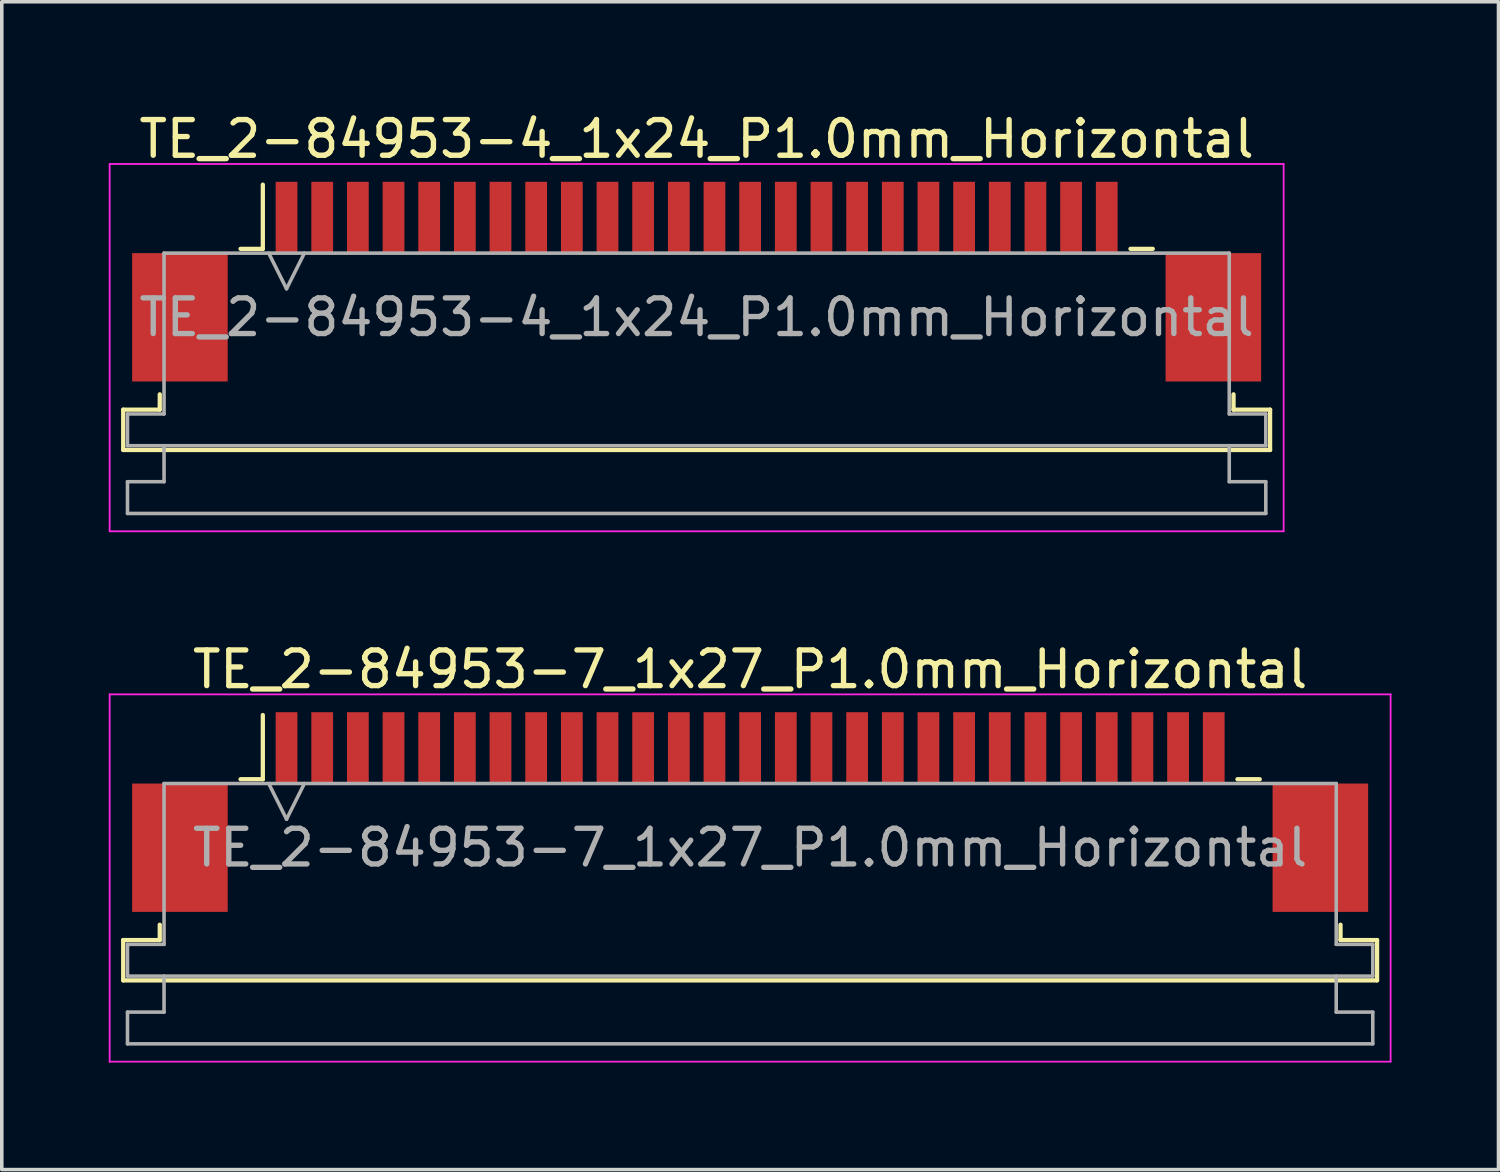
<source format=kicad_pcb>
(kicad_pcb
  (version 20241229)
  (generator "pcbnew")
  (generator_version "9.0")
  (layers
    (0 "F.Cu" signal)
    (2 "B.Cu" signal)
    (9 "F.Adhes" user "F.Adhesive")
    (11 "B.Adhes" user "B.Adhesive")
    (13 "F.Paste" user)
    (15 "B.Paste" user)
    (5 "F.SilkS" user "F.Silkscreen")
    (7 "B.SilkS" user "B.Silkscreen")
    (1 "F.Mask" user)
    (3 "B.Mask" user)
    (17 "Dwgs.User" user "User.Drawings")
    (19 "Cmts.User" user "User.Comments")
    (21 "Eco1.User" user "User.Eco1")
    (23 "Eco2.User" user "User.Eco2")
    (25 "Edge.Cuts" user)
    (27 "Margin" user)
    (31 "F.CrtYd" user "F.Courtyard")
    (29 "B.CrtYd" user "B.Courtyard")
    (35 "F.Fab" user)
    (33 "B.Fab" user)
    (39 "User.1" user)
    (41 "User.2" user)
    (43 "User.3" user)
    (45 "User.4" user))
  (footprint "TE_2-84953-7_1x27_P1.0mm_Horizontal"
    (layer "F.Cu")
    (at 17.985 19.721)
    (property "Reference" "TE_2-84953-7_1x27_P1.0mm_Horizontal" (at 0 -4 0) (layer "F.SilkS") (effects (font (size 1 1) (thickness 0.15))))
    (attr smd)
    (fp_line (start -17.58 3.59) (end -16.555 3.59) (stroke (width 0.12) (type solid)) (layer "F.SilkS"))
    (fp_line (start -17.58 4.72) (end -17.58 3.59) (stroke (width 0.12) (type solid)) (layer "F.SilkS"))
    (fp_line (start -16.555 3.59) (end -16.555 3.16) (stroke (width 0.12) (type solid)) (layer "F.SilkS"))
    (fp_line (start -14.29 -0.92) (end -13.665 -0.92) (stroke (width 0.12) (type solid)) (layer "F.SilkS"))
    (fp_line (start -13.665 -0.92) (end -13.665 -2.72) (stroke (width 0.12) (type solid)) (layer "F.SilkS"))
    (fp_line (start 13.665 -0.92) (end 14.29 -0.92) (stroke (width 0.12) (type solid)) (layer "F.SilkS"))
    (fp_line (start 16.555 3.16) (end 16.555 3.59) (stroke (width 0.12) (type solid)) (layer "F.SilkS"))
    (fp_line (start 16.555 3.59) (end 17.58 3.59) (stroke (width 0.12) (type solid)) (layer "F.SilkS"))
    (fp_line (start 17.58 3.59) (end 17.58 4.72) (stroke (width 0.12) (type solid)) (layer "F.SilkS"))
    (fp_line (start 17.58 4.72) (end -17.58 4.72) (stroke (width 0.12) (type solid)) (layer "F.SilkS"))
    (fp_line (start -17.96 -3.3) (end -17.96 7) (stroke (width 0.05) (type solid)) (layer "F.CrtYd"))
    (fp_line (start -17.96 7) (end 17.96 7) (stroke (width 0.05) (type solid)) (layer "F.CrtYd"))
    (fp_line (start 17.96 -3.3) (end -17.96 -3.3) (stroke (width 0.05) (type solid)) (layer "F.CrtYd"))
    (fp_line (start 17.96 7) (end 17.96 -3.3) (stroke (width 0.05) (type solid)) (layer "F.CrtYd"))
    (fp_line (start -17.46 3.71) (end -16.435 3.71) (stroke (width 0.1) (type solid)) (layer "F.Fab"))
    (fp_line (start -17.46 4.6) (end -17.46 3.71) (stroke (width 0.1) (type solid)) (layer "F.Fab"))
    (fp_line (start -17.46 5.61) (end -16.435 5.61) (stroke (width 0.1) (type solid)) (layer "F.Fab"))
    (fp_line (start -17.46 6.5) (end -17.46 5.61) (stroke (width 0.1) (type solid)) (layer "F.Fab"))
    (fp_line (start -16.435 -0.8) (end 16.435 -0.8) (stroke (width 0.1) (type solid)) (layer "F.Fab"))
    (fp_line (start -16.435 3.71) (end -16.435 -0.8) (stroke (width 0.1) (type solid)) (layer "F.Fab"))
    (fp_line (start -16.435 5.61) (end -16.435 4.6) (stroke (width 0.1) (type solid)) (layer "F.Fab"))
    (fp_line (start -13.5 -0.8) (end -13 0.2) (stroke (width 0.1) (type solid)) (layer "F.Fab"))
    (fp_line (start -13 0.2) (end -12.5 -0.8) (stroke (width 0.1) (type solid)) (layer "F.Fab"))
    (fp_line (start 16.435 -0.8) (end 16.435 3.71) (stroke (width 0.1) (type solid)) (layer "F.Fab"))
    (fp_line (start 16.435 3.71) (end 17.46 3.71) (stroke (width 0.1) (type solid)) (layer "F.Fab"))
    (fp_line (start 16.435 4.6) (end 16.435 5.61) (stroke (width 0.1) (type solid)) (layer "F.Fab"))
    (fp_line (start 16.435 5.61) (end 17.46 5.61) (stroke (width 0.1) (type solid)) (layer "F.Fab"))
    (fp_line (start 17.46 3.71) (end 17.46 4.6) (stroke (width 0.1) (type solid)) (layer "F.Fab"))
    (fp_line (start 17.46 4.6) (end -17.46 4.6) (stroke (width 0.1) (type solid)) (layer "F.Fab"))
    (fp_line (start 17.46 5.61) (end 17.46 6.5) (stroke (width 0.1) (type solid)) (layer "F.Fab"))
    (fp_line (start 17.46 6.5) (end -17.46 6.5) (stroke (width 0.1) (type solid)) (layer "F.Fab"))
    (fp_text user "${REFERENCE}" (at 0 1 0) (layer "F.Fab") (effects (font (size 1 1) (thickness 0.15))))
    (pad "" smd rect (at -15.99 1) (size 2.68 3.6) (layers "F.Cu" "F.Mask" "F.Paste"))
    (pad "" smd rect (at 15.99 1) (size 2.68 3.6) (layers "F.Cu" "F.Mask" "F.Paste"))
    (pad "1" smd rect (at -13 -1.8) (size 0.61 2) (layers "F.Cu" "F.Mask" "F.Paste"))
    (pad "2" smd rect (at -12 -1.8) (size 0.61 2) (layers "F.Cu" "F.Mask" "F.Paste"))
    (pad "3" smd rect (at -11 -1.8) (size 0.61 2) (layers "F.Cu" "F.Mask" "F.Paste"))
    (pad "4" smd rect (at -10 -1.8) (size 0.61 2) (layers "F.Cu" "F.Mask" "F.Paste"))
    (pad "5" smd rect (at -9 -1.8) (size 0.61 2) (layers "F.Cu" "F.Mask" "F.Paste"))
    (pad "6" smd rect (at -8 -1.8) (size 0.61 2) (layers "F.Cu" "F.Mask" "F.Paste"))
    (pad "7" smd rect (at -7 -1.8) (size 0.61 2) (layers "F.Cu" "F.Mask" "F.Paste"))
    (pad "8" smd rect (at -6 -1.8) (size 0.61 2) (layers "F.Cu" "F.Mask" "F.Paste"))
    (pad "9" smd rect (at -5 -1.8) (size 0.61 2) (layers "F.Cu" "F.Mask" "F.Paste"))
    (pad "10" smd rect (at -4 -1.8) (size 0.61 2) (layers "F.Cu" "F.Mask" "F.Paste"))
    (pad "11" smd rect (at -3 -1.8) (size 0.61 2) (layers "F.Cu" "F.Mask" "F.Paste"))
    (pad "12" smd rect (at -2 -1.8) (size 0.61 2) (layers "F.Cu" "F.Mask" "F.Paste"))
    (pad "13" smd rect (at -1 -1.8) (size 0.61 2) (layers "F.Cu" "F.Mask" "F.Paste"))
    (pad "14" smd rect (at 0 -1.8) (size 0.61 2) (layers "F.Cu" "F.Mask" "F.Paste"))
    (pad "15" smd rect (at 1 -1.8) (size 0.61 2) (layers "F.Cu" "F.Mask" "F.Paste"))
    (pad "16" smd rect (at 2 -1.8) (size 0.61 2) (layers "F.Cu" "F.Mask" "F.Paste"))
    (pad "17" smd rect (at 3 -1.8) (size 0.61 2) (layers "F.Cu" "F.Mask" "F.Paste"))
    (pad "18" smd rect (at 4 -1.8) (size 0.61 2) (layers "F.Cu" "F.Mask" "F.Paste"))
    (pad "19" smd rect (at 5 -1.8) (size 0.61 2) (layers "F.Cu" "F.Mask" "F.Paste"))
    (pad "20" smd rect (at 6 -1.8) (size 0.61 2) (layers "F.Cu" "F.Mask" "F.Paste"))
    (pad "21" smd rect (at 7 -1.8) (size 0.61 2) (layers "F.Cu" "F.Mask" "F.Paste"))
    (pad "22" smd rect (at 8 -1.8) (size 0.61 2) (layers "F.Cu" "F.Mask" "F.Paste"))
    (pad "23" smd rect (at 9 -1.8) (size 0.61 2) (layers "F.Cu" "F.Mask" "F.Paste"))
    (pad "24" smd rect (at 10 -1.8) (size 0.61 2) (layers "F.Cu" "F.Mask" "F.Paste"))
    (pad "25" smd rect (at 11 -1.8) (size 0.61 2) (layers "F.Cu" "F.Mask" "F.Paste"))
    (pad "26" smd rect (at 12 -1.8) (size 0.61 2) (layers "F.Cu" "F.Mask" "F.Paste"))
    (pad "27" smd rect (at 13 -1.8) (size 0.61 2) (layers "F.Cu" "F.Mask" "F.Paste")))
  (footprint "TE_2-84953-4_1x24_P1.0mm_Horizontal"
    (layer "F.Cu")
    (at 16.485 4.848)
    (property "Reference" "TE_2-84953-4_1x24_P1.0mm_Horizontal" (at 0 -4 0) (layer "F.SilkS") (effects (font (size 1 1) (thickness 0.15))))
    (attr smd)
    (fp_line (start -16.08 3.59) (end -15.055 3.59) (stroke (width 0.12) (type solid)) (layer "F.SilkS"))
    (fp_line (start -16.08 4.72) (end -16.08 3.59) (stroke (width 0.12) (type solid)) (layer "F.SilkS"))
    (fp_line (start -15.055 3.59) (end -15.055 3.16) (stroke (width 0.12) (type solid)) (layer "F.SilkS"))
    (fp_line (start -12.79 -0.92) (end -12.165 -0.92) (stroke (width 0.12) (type solid)) (layer "F.SilkS"))
    (fp_line (start -12.165 -0.92) (end -12.165 -2.72) (stroke (width 0.12) (type solid)) (layer "F.SilkS"))
    (fp_line (start 12.165 -0.92) (end 12.79 -0.92) (stroke (width 0.12) (type solid)) (layer "F.SilkS"))
    (fp_line (start 15.055 3.16) (end 15.055 3.59) (stroke (width 0.12) (type solid)) (layer "F.SilkS"))
    (fp_line (start 15.055 3.59) (end 16.08 3.59) (stroke (width 0.12) (type solid)) (layer "F.SilkS"))
    (fp_line (start 16.08 3.59) (end 16.08 4.72) (stroke (width 0.12) (type solid)) (layer "F.SilkS"))
    (fp_line (start 16.08 4.72) (end -16.08 4.72) (stroke (width 0.12) (type solid)) (layer "F.SilkS"))
    (fp_line (start -16.46 -3.3) (end -16.46 7) (stroke (width 0.05) (type solid)) (layer "F.CrtYd"))
    (fp_line (start -16.46 7) (end 16.46 7) (stroke (width 0.05) (type solid)) (layer "F.CrtYd"))
    (fp_line (start 16.46 -3.3) (end -16.46 -3.3) (stroke (width 0.05) (type solid)) (layer "F.CrtYd"))
    (fp_line (start 16.46 7) (end 16.46 -3.3) (stroke (width 0.05) (type solid)) (layer "F.CrtYd"))
    (fp_line (start -15.96 3.71) (end -14.935 3.71) (stroke (width 0.1) (type solid)) (layer "F.Fab"))
    (fp_line (start -15.96 4.6) (end -15.96 3.71) (stroke (width 0.1) (type solid)) (layer "F.Fab"))
    (fp_line (start -15.96 5.61) (end -14.935 5.61) (stroke (width 0.1) (type solid)) (layer "F.Fab"))
    (fp_line (start -15.96 6.5) (end -15.96 5.61) (stroke (width 0.1) (type solid)) (layer "F.Fab"))
    (fp_line (start -14.935 -0.8) (end 14.935 -0.8) (stroke (width 0.1) (type solid)) (layer "F.Fab"))
    (fp_line (start -14.935 3.71) (end -14.935 -0.8) (stroke (width 0.1) (type solid)) (layer "F.Fab"))
    (fp_line (start -14.935 5.61) (end -14.935 4.6) (stroke (width 0.1) (type solid)) (layer "F.Fab"))
    (fp_line (start -12 -0.8) (end -11.5 0.2) (stroke (width 0.1) (type solid)) (layer "F.Fab"))
    (fp_line (start -11.5 0.2) (end -11 -0.8) (stroke (width 0.1) (type solid)) (layer "F.Fab"))
    (fp_line (start 14.935 -0.8) (end 14.935 3.71) (stroke (width 0.1) (type solid)) (layer "F.Fab"))
    (fp_line (start 14.935 3.71) (end 15.96 3.71) (stroke (width 0.1) (type solid)) (layer "F.Fab"))
    (fp_line (start 14.935 4.6) (end 14.935 5.61) (stroke (width 0.1) (type solid)) (layer "F.Fab"))
    (fp_line (start 14.935 5.61) (end 15.96 5.61) (stroke (width 0.1) (type solid)) (layer "F.Fab"))
    (fp_line (start 15.96 3.71) (end 15.96 4.6) (stroke (width 0.1) (type solid)) (layer "F.Fab"))
    (fp_line (start 15.96 4.6) (end -15.96 4.6) (stroke (width 0.1) (type solid)) (layer "F.Fab"))
    (fp_line (start 15.96 5.61) (end 15.96 6.5) (stroke (width 0.1) (type solid)) (layer "F.Fab"))
    (fp_line (start 15.96 6.5) (end -15.96 6.5) (stroke (width 0.1) (type solid)) (layer "F.Fab"))
    (fp_text user "${REFERENCE}" (at 0 1 0) (layer "F.Fab") (effects (font (size 1 1) (thickness 0.15))))
    (pad "" smd rect (at -14.49 1) (size 2.68 3.6) (layers "F.Cu" "F.Mask" "F.Paste"))
    (pad "" smd rect (at 14.49 1) (size 2.68 3.6) (layers "F.Cu" "F.Mask" "F.Paste"))
    (pad "1" smd rect (at -11.5 -1.8) (size 0.61 2) (layers "F.Cu" "F.Mask" "F.Paste"))
    (pad "2" smd rect (at -10.5 -1.8) (size 0.61 2) (layers "F.Cu" "F.Mask" "F.Paste"))
    (pad "3" smd rect (at -9.5 -1.8) (size 0.61 2) (layers "F.Cu" "F.Mask" "F.Paste"))
    (pad "4" smd rect (at -8.5 -1.8) (size 0.61 2) (layers "F.Cu" "F.Mask" "F.Paste"))
    (pad "5" smd rect (at -7.5 -1.8) (size 0.61 2) (layers "F.Cu" "F.Mask" "F.Paste"))
    (pad "6" smd rect (at -6.5 -1.8) (size 0.61 2) (layers "F.Cu" "F.Mask" "F.Paste"))
    (pad "7" smd rect (at -5.5 -1.8) (size 0.61 2) (layers "F.Cu" "F.Mask" "F.Paste"))
    (pad "8" smd rect (at -4.5 -1.8) (size 0.61 2) (layers "F.Cu" "F.Mask" "F.Paste"))
    (pad "9" smd rect (at -3.5 -1.8) (size 0.61 2) (layers "F.Cu" "F.Mask" "F.Paste"))
    (pad "10" smd rect (at -2.5 -1.8) (size 0.61 2) (layers "F.Cu" "F.Mask" "F.Paste"))
    (pad "11" smd rect (at -1.5 -1.8) (size 0.61 2) (layers "F.Cu" "F.Mask" "F.Paste"))
    (pad "12" smd rect (at -0.5 -1.8) (size 0.61 2) (layers "F.Cu" "F.Mask" "F.Paste"))
    (pad "13" smd rect (at 0.5 -1.8) (size 0.61 2) (layers "F.Cu" "F.Mask" "F.Paste"))
    (pad "14" smd rect (at 1.5 -1.8) (size 0.61 2) (layers "F.Cu" "F.Mask" "F.Paste"))
    (pad "15" smd rect (at 2.5 -1.8) (size 0.61 2) (layers "F.Cu" "F.Mask" "F.Paste"))
    (pad "16" smd rect (at 3.5 -1.8) (size 0.61 2) (layers "F.Cu" "F.Mask" "F.Paste"))
    (pad "17" smd rect (at 4.5 -1.8) (size 0.61 2) (layers "F.Cu" "F.Mask" "F.Paste"))
    (pad "18" smd rect (at 5.5 -1.8) (size 0.61 2) (layers "F.Cu" "F.Mask" "F.Paste"))
    (pad "19" smd rect (at 6.5 -1.8) (size 0.61 2) (layers "F.Cu" "F.Mask" "F.Paste"))
    (pad "20" smd rect (at 7.5 -1.8) (size 0.61 2) (layers "F.Cu" "F.Mask" "F.Paste"))
    (pad "21" smd rect (at 8.5 -1.8) (size 0.61 2) (layers "F.Cu" "F.Mask" "F.Paste"))
    (pad "22" smd rect (at 9.5 -1.8) (size 0.61 2) (layers "F.Cu" "F.Mask" "F.Paste"))
    (pad "23" smd rect (at 10.5 -1.8) (size 0.61 2) (layers "F.Cu" "F.Mask" "F.Paste"))
    (pad "24" smd rect (at 11.5 -1.8) (size 0.61 2) (layers "F.Cu" "F.Mask" "F.Paste")))
  (gr_rect
    (start -3 -3)
    (end 38.97 29.747)
    (stroke (width 0.1) (type default))
    (fill no)
    (layer "Edge.Cuts")))
</source>
